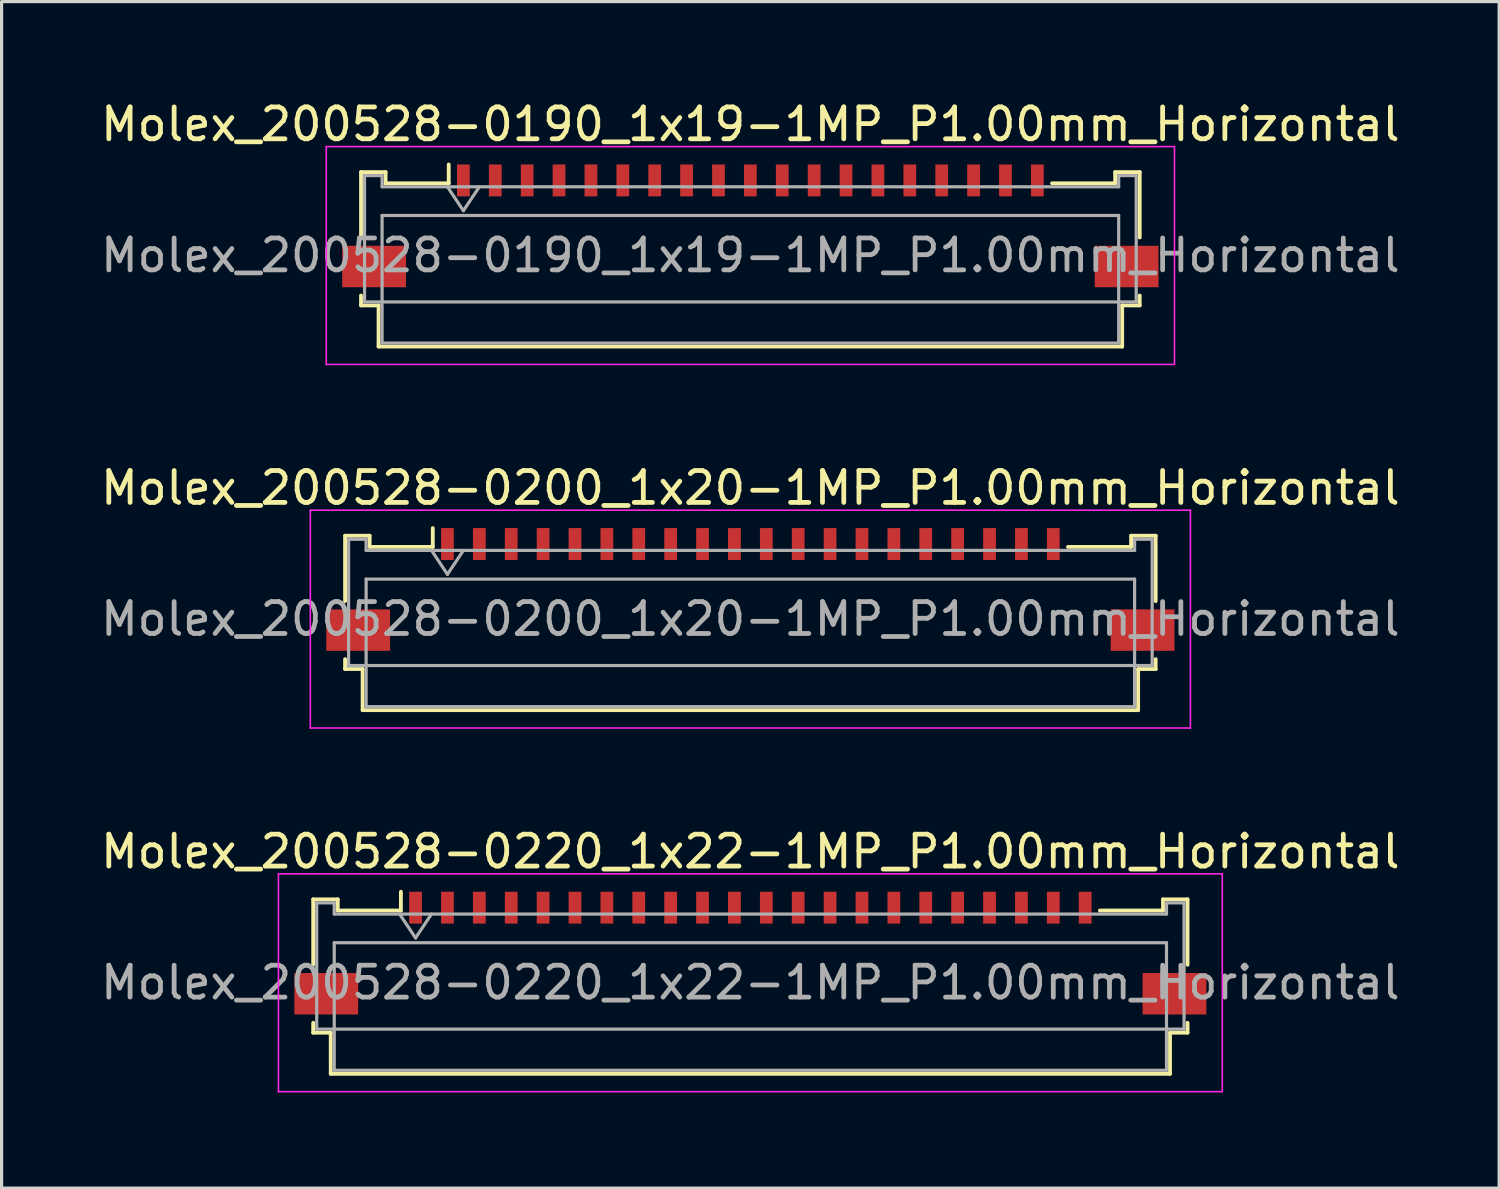
<source format=kicad_pcb>
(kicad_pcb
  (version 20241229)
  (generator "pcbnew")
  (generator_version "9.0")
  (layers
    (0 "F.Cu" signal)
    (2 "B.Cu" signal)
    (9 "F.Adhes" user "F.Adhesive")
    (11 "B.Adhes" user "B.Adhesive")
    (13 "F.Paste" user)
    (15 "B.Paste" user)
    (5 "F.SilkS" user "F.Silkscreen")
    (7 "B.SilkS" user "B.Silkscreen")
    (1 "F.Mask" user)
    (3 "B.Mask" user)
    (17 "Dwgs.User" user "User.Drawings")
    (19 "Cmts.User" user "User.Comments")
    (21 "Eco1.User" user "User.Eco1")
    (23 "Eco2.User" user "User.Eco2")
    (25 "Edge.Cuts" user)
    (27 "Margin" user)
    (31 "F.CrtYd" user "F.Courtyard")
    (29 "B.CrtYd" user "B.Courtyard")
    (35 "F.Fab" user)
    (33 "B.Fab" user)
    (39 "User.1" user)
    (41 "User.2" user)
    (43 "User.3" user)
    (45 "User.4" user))
  (footprint "Molex_200528-0190_1x19-1MP_P1.00mm_Horizontal"
    (layer "F.Cu")
    (at 20.482 3.518)
    (property "Reference" "Molex_200528-0190_1x19-1MP_P1.00mm_Horizontal" (at 0 -2.67 0) (layer "F.SilkS") (effects (font (size 1 1) (thickness 0.15))))
    (attr smd)
    (fp_line (start -12.21 -1.17) (end -12.21 0.88) (stroke (width 0.12) (type solid)) (layer "F.SilkS"))
    (fp_line (start -12.21 2.7) (end -12.21 3.01) (stroke (width 0.12) (type solid)) (layer "F.SilkS"))
    (fp_line (start -12.21 3.01) (end -11.66 3.01) (stroke (width 0.12) (type solid)) (layer "F.SilkS"))
    (fp_line (start -11.66 3.01) (end -11.66 4.3) (stroke (width 0.12) (type solid)) (layer "F.SilkS"))
    (fp_line (start -11.66 4.3) (end 11.66 4.3) (stroke (width 0.12) (type solid)) (layer "F.SilkS"))
    (fp_line (start -11.44 -1.17) (end -12.21 -1.17) (stroke (width 0.12) (type solid)) (layer "F.SilkS"))
    (fp_line (start -11.44 -0.82) (end -11.44 -1.17) (stroke (width 0.12) (type solid)) (layer "F.SilkS"))
    (fp_line (start -9.46 -1.41) (end -9.46 -0.82) (stroke (width 0.12) (type solid)) (layer "F.SilkS"))
    (fp_line (start -9.46 -0.82) (end -11.44 -0.82) (stroke (width 0.12) (type solid)) (layer "F.SilkS"))
    (fp_line (start 11.44 -1.17) (end 11.44 -0.82) (stroke (width 0.12) (type solid)) (layer "F.SilkS"))
    (fp_line (start 11.44 -0.82) (end 9.46 -0.82) (stroke (width 0.12) (type solid)) (layer "F.SilkS"))
    (fp_line (start 11.66 3.01) (end 12.21 3.01) (stroke (width 0.12) (type solid)) (layer "F.SilkS"))
    (fp_line (start 11.66 4.3) (end 11.66 3.01) (stroke (width 0.12) (type solid)) (layer "F.SilkS"))
    (fp_line (start 12.21 -1.17) (end 11.44 -1.17) (stroke (width 0.12) (type solid)) (layer "F.SilkS"))
    (fp_line (start 12.21 0.88) (end 12.21 -1.17) (stroke (width 0.12) (type solid)) (layer "F.SilkS"))
    (fp_line (start 12.21 3.01) (end 12.21 2.7) (stroke (width 0.12) (type solid)) (layer "F.SilkS"))
    (fp_line (start -13.3 -1.97) (end -13.3 4.86) (stroke (width 0.05) (type solid)) (layer "F.CrtYd"))
    (fp_line (start -13.3 4.86) (end 13.3 4.86) (stroke (width 0.05) (type solid)) (layer "F.CrtYd"))
    (fp_line (start 13.3 -1.97) (end -13.3 -1.97) (stroke (width 0.05) (type solid)) (layer "F.CrtYd"))
    (fp_line (start 13.3 4.86) (end 13.3 -1.97) (stroke (width 0.05) (type solid)) (layer "F.CrtYd"))
    (fp_line (start -12.1 -1.06) (end -12.1 2.9) (stroke (width 0.1) (type solid)) (layer "F.Fab"))
    (fp_line (start -12.1 2.9) (end 12.1 2.9) (stroke (width 0.1) (type solid)) (layer "F.Fab"))
    (fp_line (start -11.55 -1.06) (end -12.1 -1.06) (stroke (width 0.1) (type solid)) (layer "F.Fab"))
    (fp_line (start -11.55 -0.71) (end -11.55 -1.06) (stroke (width 0.1) (type solid)) (layer "F.Fab"))
    (fp_line (start -11.55 0.19) (end -11.55 4.19) (stroke (width 0.1) (type solid)) (layer "F.Fab"))
    (fp_line (start -11.55 4.19) (end 11.55 4.19) (stroke (width 0.1) (type solid)) (layer "F.Fab"))
    (fp_line (start -9.5 -0.71) (end -9 0.04) (stroke (width 0.1) (type solid)) (layer "F.Fab"))
    (fp_line (start -9 0.04) (end -8.5 -0.71) (stroke (width 0.1) (type solid)) (layer "F.Fab"))
    (fp_line (start 11.55 -1.06) (end 11.55 -0.71) (stroke (width 0.1) (type solid)) (layer "F.Fab"))
    (fp_line (start 11.55 -0.71) (end -11.55 -0.71) (stroke (width 0.1) (type solid)) (layer "F.Fab"))
    (fp_line (start 11.55 0.19) (end -11.55 0.19) (stroke (width 0.1) (type solid)) (layer "F.Fab"))
    (fp_line (start 11.55 4.19) (end 11.55 0.19) (stroke (width 0.1) (type solid)) (layer "F.Fab"))
    (fp_line (start 12.1 -1.06) (end 11.55 -1.06) (stroke (width 0.1) (type solid)) (layer "F.Fab"))
    (fp_line (start 12.1 2.9) (end 12.1 -1.06) (stroke (width 0.1) (type solid)) (layer "F.Fab"))
    (fp_text user "${REFERENCE}" (at 0 1.44 0) (layer "F.Fab") (effects (font (size 1 1) (thickness 0.15))))
    (pad "1" smd rect (at -9 -0.91) (size 0.4 1) (layers "F.Cu" "F.Mask" "F.Paste"))
    (pad "2" smd rect (at -8 -0.91) (size 0.4 1) (layers "F.Cu" "F.Mask" "F.Paste"))
    (pad "3" smd rect (at -7 -0.91) (size 0.4 1) (layers "F.Cu" "F.Mask" "F.Paste"))
    (pad "4" smd rect (at -6 -0.91) (size 0.4 1) (layers "F.Cu" "F.Mask" "F.Paste"))
    (pad "5" smd rect (at -5 -0.91) (size 0.4 1) (layers "F.Cu" "F.Mask" "F.Paste"))
    (pad "6" smd rect (at -4 -0.91) (size 0.4 1) (layers "F.Cu" "F.Mask" "F.Paste"))
    (pad "7" smd rect (at -3 -0.91) (size 0.4 1) (layers "F.Cu" "F.Mask" "F.Paste"))
    (pad "8" smd rect (at -2 -0.91) (size 0.4 1) (layers "F.Cu" "F.Mask" "F.Paste"))
    (pad "9" smd rect (at -1 -0.91) (size 0.4 1) (layers "F.Cu" "F.Mask" "F.Paste"))
    (pad "10" smd rect (at 0 -0.91) (size 0.4 1) (layers "F.Cu" "F.Mask" "F.Paste"))
    (pad "11" smd rect (at 1 -0.91) (size 0.4 1) (layers "F.Cu" "F.Mask" "F.Paste"))
    (pad "12" smd rect (at 2 -0.91) (size 0.4 1) (layers "F.Cu" "F.Mask" "F.Paste"))
    (pad "13" smd rect (at 3 -0.91) (size 0.4 1) (layers "F.Cu" "F.Mask" "F.Paste"))
    (pad "14" smd rect (at 4 -0.91) (size 0.4 1) (layers "F.Cu" "F.Mask" "F.Paste"))
    (pad "15" smd rect (at 5 -0.91) (size 0.4 1) (layers "F.Cu" "F.Mask" "F.Paste"))
    (pad "16" smd rect (at 6 -0.91) (size 0.4 1) (layers "F.Cu" "F.Mask" "F.Paste"))
    (pad "17" smd rect (at 7 -0.91) (size 0.4 1) (layers "F.Cu" "F.Mask" "F.Paste"))
    (pad "18" smd rect (at 8 -0.91) (size 0.4 1) (layers "F.Cu" "F.Mask" "F.Paste"))
    (pad "19" smd rect (at 9 -0.91) (size 0.4 1) (layers "F.Cu" "F.Mask" "F.Paste"))
    (pad "MP" smd rect (at -11.8 1.79) (size 2 1.3) (layers "F.Cu" "F.Mask" "F.Paste"))
    (pad "MP" smd rect (at 11.8 1.79) (size 2 1.3) (layers "F.Cu" "F.Mask" "F.Paste")))
  (footprint "Molex_200528-0220_1x22-1MP_P1.00mm_Horizontal"
    (layer "F.Cu")
    (at 20.482 26.325)
    (property "Reference" "Molex_200528-0220_1x22-1MP_P1.00mm_Horizontal" (at 0 -2.67 0) (layer "F.SilkS") (effects (font (size 1 1) (thickness 0.15))))
    (attr smd)
    (fp_line (start -13.71 -1.17) (end -13.71 0.88) (stroke (width 0.12) (type solid)) (layer "F.SilkS"))
    (fp_line (start -13.71 2.7) (end -13.71 3.01) (stroke (width 0.12) (type solid)) (layer "F.SilkS"))
    (fp_line (start -13.71 3.01) (end -13.16 3.01) (stroke (width 0.12) (type solid)) (layer "F.SilkS"))
    (fp_line (start -13.16 3.01) (end -13.16 4.3) (stroke (width 0.12) (type solid)) (layer "F.SilkS"))
    (fp_line (start -13.16 4.3) (end 13.16 4.3) (stroke (width 0.12) (type solid)) (layer "F.SilkS"))
    (fp_line (start -12.94 -1.17) (end -13.71 -1.17) (stroke (width 0.12) (type solid)) (layer "F.SilkS"))
    (fp_line (start -12.94 -0.82) (end -12.94 -1.17) (stroke (width 0.12) (type solid)) (layer "F.SilkS"))
    (fp_line (start -10.96 -1.41) (end -10.96 -0.82) (stroke (width 0.12) (type solid)) (layer "F.SilkS"))
    (fp_line (start -10.96 -0.82) (end -12.94 -0.82) (stroke (width 0.12) (type solid)) (layer "F.SilkS"))
    (fp_line (start 12.94 -1.17) (end 12.94 -0.82) (stroke (width 0.12) (type solid)) (layer "F.SilkS"))
    (fp_line (start 12.94 -0.82) (end 10.96 -0.82) (stroke (width 0.12) (type solid)) (layer "F.SilkS"))
    (fp_line (start 13.16 3.01) (end 13.71 3.01) (stroke (width 0.12) (type solid)) (layer "F.SilkS"))
    (fp_line (start 13.16 4.3) (end 13.16 3.01) (stroke (width 0.12) (type solid)) (layer "F.SilkS"))
    (fp_line (start 13.71 -1.17) (end 12.94 -1.17) (stroke (width 0.12) (type solid)) (layer "F.SilkS"))
    (fp_line (start 13.71 0.88) (end 13.71 -1.17) (stroke (width 0.12) (type solid)) (layer "F.SilkS"))
    (fp_line (start 13.71 3.01) (end 13.71 2.7) (stroke (width 0.12) (type solid)) (layer "F.SilkS"))
    (fp_line (start -14.8 -1.97) (end -14.8 4.86) (stroke (width 0.05) (type solid)) (layer "F.CrtYd"))
    (fp_line (start -14.8 4.86) (end 14.8 4.86) (stroke (width 0.05) (type solid)) (layer "F.CrtYd"))
    (fp_line (start 14.8 -1.97) (end -14.8 -1.97) (stroke (width 0.05) (type solid)) (layer "F.CrtYd"))
    (fp_line (start 14.8 4.86) (end 14.8 -1.97) (stroke (width 0.05) (type solid)) (layer "F.CrtYd"))
    (fp_line (start -13.6 -1.06) (end -13.6 2.9) (stroke (width 0.1) (type solid)) (layer "F.Fab"))
    (fp_line (start -13.6 2.9) (end 13.6 2.9) (stroke (width 0.1) (type solid)) (layer "F.Fab"))
    (fp_line (start -13.05 -1.06) (end -13.6 -1.06) (stroke (width 0.1) (type solid)) (layer "F.Fab"))
    (fp_line (start -13.05 -0.71) (end -13.05 -1.06) (stroke (width 0.1) (type solid)) (layer "F.Fab"))
    (fp_line (start -13.05 0.19) (end -13.05 4.19) (stroke (width 0.1) (type solid)) (layer "F.Fab"))
    (fp_line (start -13.05 4.19) (end 13.05 4.19) (stroke (width 0.1) (type solid)) (layer "F.Fab"))
    (fp_line (start -11 -0.71) (end -10.5 0.04) (stroke (width 0.1) (type solid)) (layer "F.Fab"))
    (fp_line (start -10.5 0.04) (end -10 -0.71) (stroke (width 0.1) (type solid)) (layer "F.Fab"))
    (fp_line (start 13.05 -1.06) (end 13.05 -0.71) (stroke (width 0.1) (type solid)) (layer "F.Fab"))
    (fp_line (start 13.05 -0.71) (end -13.05 -0.71) (stroke (width 0.1) (type solid)) (layer "F.Fab"))
    (fp_line (start 13.05 0.19) (end -13.05 0.19) (stroke (width 0.1) (type solid)) (layer "F.Fab"))
    (fp_line (start 13.05 4.19) (end 13.05 0.19) (stroke (width 0.1) (type solid)) (layer "F.Fab"))
    (fp_line (start 13.6 -1.06) (end 13.05 -1.06) (stroke (width 0.1) (type solid)) (layer "F.Fab"))
    (fp_line (start 13.6 2.9) (end 13.6 -1.06) (stroke (width 0.1) (type solid)) (layer "F.Fab"))
    (fp_text user "${REFERENCE}" (at 0 1.44 0) (layer "F.Fab") (effects (font (size 1 1) (thickness 0.15))))
    (pad "1" smd rect (at -10.5 -0.91) (size 0.4 1) (layers "F.Cu" "F.Mask" "F.Paste"))
    (pad "2" smd rect (at -9.5 -0.91) (size 0.4 1) (layers "F.Cu" "F.Mask" "F.Paste"))
    (pad "3" smd rect (at -8.5 -0.91) (size 0.4 1) (layers "F.Cu" "F.Mask" "F.Paste"))
    (pad "4" smd rect (at -7.5 -0.91) (size 0.4 1) (layers "F.Cu" "F.Mask" "F.Paste"))
    (pad "5" smd rect (at -6.5 -0.91) (size 0.4 1) (layers "F.Cu" "F.Mask" "F.Paste"))
    (pad "6" smd rect (at -5.5 -0.91) (size 0.4 1) (layers "F.Cu" "F.Mask" "F.Paste"))
    (pad "7" smd rect (at -4.5 -0.91) (size 0.4 1) (layers "F.Cu" "F.Mask" "F.Paste"))
    (pad "8" smd rect (at -3.5 -0.91) (size 0.4 1) (layers "F.Cu" "F.Mask" "F.Paste"))
    (pad "9" smd rect (at -2.5 -0.91) (size 0.4 1) (layers "F.Cu" "F.Mask" "F.Paste"))
    (pad "10" smd rect (at -1.5 -0.91) (size 0.4 1) (layers "F.Cu" "F.Mask" "F.Paste"))
    (pad "11" smd rect (at -0.5 -0.91) (size 0.4 1) (layers "F.Cu" "F.Mask" "F.Paste"))
    (pad "12" smd rect (at 0.5 -0.91) (size 0.4 1) (layers "F.Cu" "F.Mask" "F.Paste"))
    (pad "13" smd rect (at 1.5 -0.91) (size 0.4 1) (layers "F.Cu" "F.Mask" "F.Paste"))
    (pad "14" smd rect (at 2.5 -0.91) (size 0.4 1) (layers "F.Cu" "F.Mask" "F.Paste"))
    (pad "15" smd rect (at 3.5 -0.91) (size 0.4 1) (layers "F.Cu" "F.Mask" "F.Paste"))
    (pad "16" smd rect (at 4.5 -0.91) (size 0.4 1) (layers "F.Cu" "F.Mask" "F.Paste"))
    (pad "17" smd rect (at 5.5 -0.91) (size 0.4 1) (layers "F.Cu" "F.Mask" "F.Paste"))
    (pad "18" smd rect (at 6.5 -0.91) (size 0.4 1) (layers "F.Cu" "F.Mask" "F.Paste"))
    (pad "19" smd rect (at 7.5 -0.91) (size 0.4 1) (layers "F.Cu" "F.Mask" "F.Paste"))
    (pad "20" smd rect (at 8.5 -0.91) (size 0.4 1) (layers "F.Cu" "F.Mask" "F.Paste"))
    (pad "21" smd rect (at 9.5 -0.91) (size 0.4 1) (layers "F.Cu" "F.Mask" "F.Paste"))
    (pad "22" smd rect (at 10.5 -0.91) (size 0.4 1) (layers "F.Cu" "F.Mask" "F.Paste"))
    (pad "MP" smd rect (at -13.3 1.79) (size 2 1.3) (layers "F.Cu" "F.Mask" "F.Paste"))
    (pad "MP" smd rect (at 13.3 1.79) (size 2 1.3) (layers "F.Cu" "F.Mask" "F.Paste")))
  (footprint "Molex_200528-0200_1x20-1MP_P1.00mm_Horizontal"
    (layer "F.Cu")
    (at 20.482 14.921)
    (property "Reference" "Molex_200528-0200_1x20-1MP_P1.00mm_Horizontal" (at 0 -2.67 0) (layer "F.SilkS") (effects (font (size 1 1) (thickness 0.15))))
    (attr smd)
    (fp_line (start -12.71 -1.17) (end -12.71 0.88) (stroke (width 0.12) (type solid)) (layer "F.SilkS"))
    (fp_line (start -12.71 2.7) (end -12.71 3.01) (stroke (width 0.12) (type solid)) (layer "F.SilkS"))
    (fp_line (start -12.71 3.01) (end -12.16 3.01) (stroke (width 0.12) (type solid)) (layer "F.SilkS"))
    (fp_line (start -12.16 3.01) (end -12.16 4.3) (stroke (width 0.12) (type solid)) (layer "F.SilkS"))
    (fp_line (start -12.16 4.3) (end 12.16 4.3) (stroke (width 0.12) (type solid)) (layer "F.SilkS"))
    (fp_line (start -11.94 -1.17) (end -12.71 -1.17) (stroke (width 0.12) (type solid)) (layer "F.SilkS"))
    (fp_line (start -11.94 -0.82) (end -11.94 -1.17) (stroke (width 0.12) (type solid)) (layer "F.SilkS"))
    (fp_line (start -9.96 -1.41) (end -9.96 -0.82) (stroke (width 0.12) (type solid)) (layer "F.SilkS"))
    (fp_line (start -9.96 -0.82) (end -11.94 -0.82) (stroke (width 0.12) (type solid)) (layer "F.SilkS"))
    (fp_line (start 11.94 -1.17) (end 11.94 -0.82) (stroke (width 0.12) (type solid)) (layer "F.SilkS"))
    (fp_line (start 11.94 -0.82) (end 9.96 -0.82) (stroke (width 0.12) (type solid)) (layer "F.SilkS"))
    (fp_line (start 12.16 3.01) (end 12.71 3.01) (stroke (width 0.12) (type solid)) (layer "F.SilkS"))
    (fp_line (start 12.16 4.3) (end 12.16 3.01) (stroke (width 0.12) (type solid)) (layer "F.SilkS"))
    (fp_line (start 12.71 -1.17) (end 11.94 -1.17) (stroke (width 0.12) (type solid)) (layer "F.SilkS"))
    (fp_line (start 12.71 0.88) (end 12.71 -1.17) (stroke (width 0.12) (type solid)) (layer "F.SilkS"))
    (fp_line (start 12.71 3.01) (end 12.71 2.7) (stroke (width 0.12) (type solid)) (layer "F.SilkS"))
    (fp_line (start -13.8 -1.97) (end -13.8 4.86) (stroke (width 0.05) (type solid)) (layer "F.CrtYd"))
    (fp_line (start -13.8 4.86) (end 13.8 4.86) (stroke (width 0.05) (type solid)) (layer "F.CrtYd"))
    (fp_line (start 13.8 -1.97) (end -13.8 -1.97) (stroke (width 0.05) (type solid)) (layer "F.CrtYd"))
    (fp_line (start 13.8 4.86) (end 13.8 -1.97) (stroke (width 0.05) (type solid)) (layer "F.CrtYd"))
    (fp_line (start -12.6 -1.06) (end -12.6 2.9) (stroke (width 0.1) (type solid)) (layer "F.Fab"))
    (fp_line (start -12.6 2.9) (end 12.6 2.9) (stroke (width 0.1) (type solid)) (layer "F.Fab"))
    (fp_line (start -12.05 -1.06) (end -12.6 -1.06) (stroke (width 0.1) (type solid)) (layer "F.Fab"))
    (fp_line (start -12.05 -0.71) (end -12.05 -1.06) (stroke (width 0.1) (type solid)) (layer "F.Fab"))
    (fp_line (start -12.05 0.19) (end -12.05 4.19) (stroke (width 0.1) (type solid)) (layer "F.Fab"))
    (fp_line (start -12.05 4.19) (end 12.05 4.19) (stroke (width 0.1) (type solid)) (layer "F.Fab"))
    (fp_line (start -10 -0.71) (end -9.5 0.04) (stroke (width 0.1) (type solid)) (layer "F.Fab"))
    (fp_line (start -9.5 0.04) (end -9 -0.71) (stroke (width 0.1) (type solid)) (layer "F.Fab"))
    (fp_line (start 12.05 -1.06) (end 12.05 -0.71) (stroke (width 0.1) (type solid)) (layer "F.Fab"))
    (fp_line (start 12.05 -0.71) (end -12.05 -0.71) (stroke (width 0.1) (type solid)) (layer "F.Fab"))
    (fp_line (start 12.05 0.19) (end -12.05 0.19) (stroke (width 0.1) (type solid)) (layer "F.Fab"))
    (fp_line (start 12.05 4.19) (end 12.05 0.19) (stroke (width 0.1) (type solid)) (layer "F.Fab"))
    (fp_line (start 12.6 -1.06) (end 12.05 -1.06) (stroke (width 0.1) (type solid)) (layer "F.Fab"))
    (fp_line (start 12.6 2.9) (end 12.6 -1.06) (stroke (width 0.1) (type solid)) (layer "F.Fab"))
    (fp_text user "${REFERENCE}" (at 0 1.44 0) (layer "F.Fab") (effects (font (size 1 1) (thickness 0.15))))
    (pad "1" smd rect (at -9.5 -0.91) (size 0.4 1) (layers "F.Cu" "F.Mask" "F.Paste"))
    (pad "2" smd rect (at -8.5 -0.91) (size 0.4 1) (layers "F.Cu" "F.Mask" "F.Paste"))
    (pad "3" smd rect (at -7.5 -0.91) (size 0.4 1) (layers "F.Cu" "F.Mask" "F.Paste"))
    (pad "4" smd rect (at -6.5 -0.91) (size 0.4 1) (layers "F.Cu" "F.Mask" "F.Paste"))
    (pad "5" smd rect (at -5.5 -0.91) (size 0.4 1) (layers "F.Cu" "F.Mask" "F.Paste"))
    (pad "6" smd rect (at -4.5 -0.91) (size 0.4 1) (layers "F.Cu" "F.Mask" "F.Paste"))
    (pad "7" smd rect (at -3.5 -0.91) (size 0.4 1) (layers "F.Cu" "F.Mask" "F.Paste"))
    (pad "8" smd rect (at -2.5 -0.91) (size 0.4 1) (layers "F.Cu" "F.Mask" "F.Paste"))
    (pad "9" smd rect (at -1.5 -0.91) (size 0.4 1) (layers "F.Cu" "F.Mask" "F.Paste"))
    (pad "10" smd rect (at -0.5 -0.91) (size 0.4 1) (layers "F.Cu" "F.Mask" "F.Paste"))
    (pad "11" smd rect (at 0.5 -0.91) (size 0.4 1) (layers "F.Cu" "F.Mask" "F.Paste"))
    (pad "12" smd rect (at 1.5 -0.91) (size 0.4 1) (layers "F.Cu" "F.Mask" "F.Paste"))
    (pad "13" smd rect (at 2.5 -0.91) (size 0.4 1) (layers "F.Cu" "F.Mask" "F.Paste"))
    (pad "14" smd rect (at 3.5 -0.91) (size 0.4 1) (layers "F.Cu" "F.Mask" "F.Paste"))
    (pad "15" smd rect (at 4.5 -0.91) (size 0.4 1) (layers "F.Cu" "F.Mask" "F.Paste"))
    (pad "16" smd rect (at 5.5 -0.91) (size 0.4 1) (layers "F.Cu" "F.Mask" "F.Paste"))
    (pad "17" smd rect (at 6.5 -0.91) (size 0.4 1) (layers "F.Cu" "F.Mask" "F.Paste"))
    (pad "18" smd rect (at 7.5 -0.91) (size 0.4 1) (layers "F.Cu" "F.Mask" "F.Paste"))
    (pad "19" smd rect (at 8.5 -0.91) (size 0.4 1) (layers "F.Cu" "F.Mask" "F.Paste"))
    (pad "20" smd rect (at 9.5 -0.91) (size 0.4 1) (layers "F.Cu" "F.Mask" "F.Paste"))
    (pad "MP" smd rect (at -12.3 1.79) (size 2 1.3) (layers "F.Cu" "F.Mask" "F.Paste"))
    (pad "MP" smd rect (at 12.3 1.79) (size 2 1.3) (layers "F.Cu" "F.Mask" "F.Paste")))
  (gr_rect
    (start -3 -3)
    (end 43.964 34.21)
    (stroke (width 0.1) (type default))
    (fill no)
    (layer "Edge.Cuts")))
</source>
